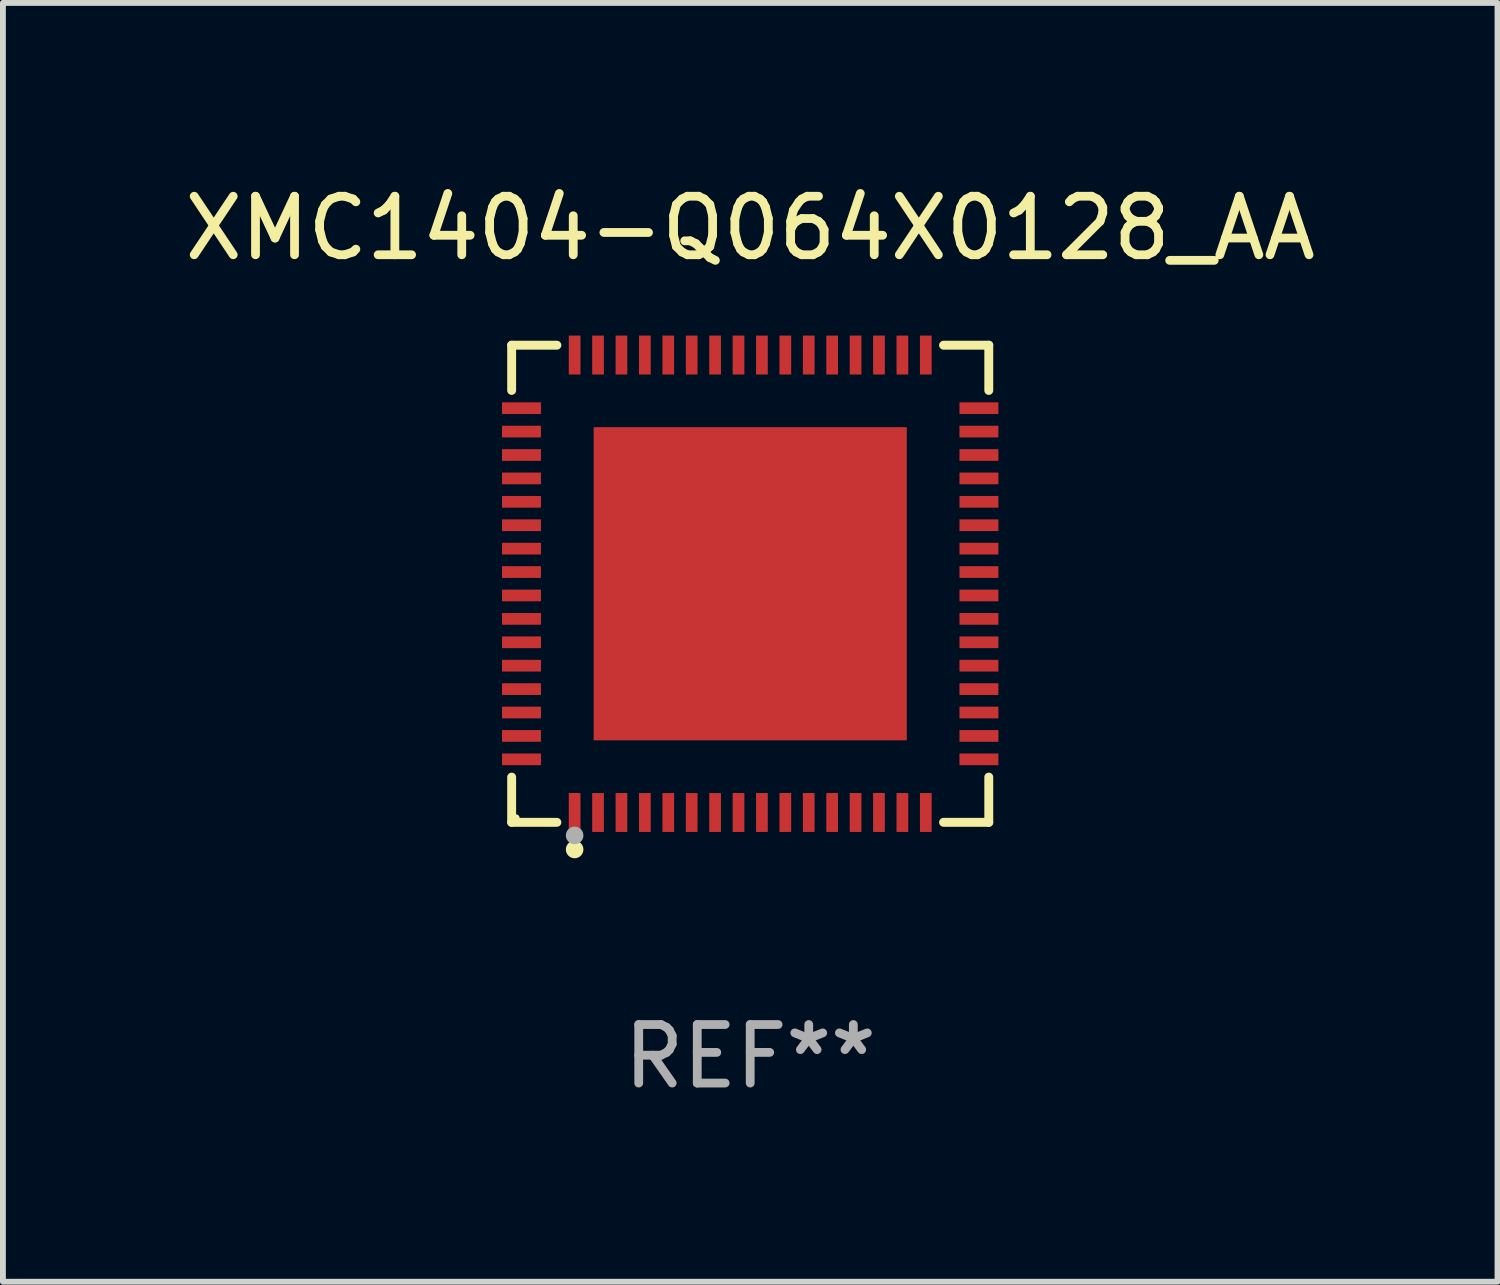
<source format=kicad_pcb>
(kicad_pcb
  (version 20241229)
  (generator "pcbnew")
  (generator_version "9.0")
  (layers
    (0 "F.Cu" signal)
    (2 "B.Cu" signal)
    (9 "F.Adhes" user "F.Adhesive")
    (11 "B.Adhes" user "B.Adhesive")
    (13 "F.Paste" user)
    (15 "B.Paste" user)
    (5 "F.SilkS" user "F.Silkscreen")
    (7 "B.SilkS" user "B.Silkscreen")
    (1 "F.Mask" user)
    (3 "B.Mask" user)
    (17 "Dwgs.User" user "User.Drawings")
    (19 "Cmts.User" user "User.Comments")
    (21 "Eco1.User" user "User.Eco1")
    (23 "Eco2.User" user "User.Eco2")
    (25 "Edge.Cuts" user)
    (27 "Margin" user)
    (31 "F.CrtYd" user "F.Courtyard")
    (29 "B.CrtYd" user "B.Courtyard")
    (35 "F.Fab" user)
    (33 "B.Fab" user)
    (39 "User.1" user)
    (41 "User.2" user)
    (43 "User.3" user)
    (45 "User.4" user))
  (footprint "XMC1404-Q064X0128_AA"
    (layer "F.Cu")
    (at 9.768 6.924)
    (property "Reference" "XMC1404-Q064X0128_AA" (at 0 -6.076 0) (layer "F.SilkS") (effects (font (size 1 1) (thickness 0.15))))
    (attr through_hole)
    (fp_line (start -4.076 -4.076) (end -3.303 -4.076) (stroke (width 0.152) (type solid)) (layer "F.SilkS"))
    (fp_line (start -4.076 -3.303) (end -4.076 -4.076) (stroke (width 0.152) (type solid)) (layer "F.SilkS"))
    (fp_line (start -4.076 3.303) (end -4.076 4.076) (stroke (width 0.152) (type solid)) (layer "F.SilkS"))
    (fp_line (start -4.076 4.076) (end -3.303 4.076) (stroke (width 0.152) (type solid)) (layer "F.SilkS"))
    (fp_line (start 4.076 -4.076) (end 3.303 -4.076) (stroke (width 0.152) (type solid)) (layer "F.SilkS"))
    (fp_line (start 4.076 -3.303) (end 4.076 -4.076) (stroke (width 0.152) (type solid)) (layer "F.SilkS"))
    (fp_line (start 4.076 3.303) (end 4.076 4.076) (stroke (width 0.152) (type solid)) (layer "F.SilkS"))
    (fp_line (start 4.076 4.076) (end 3.303 4.076) (stroke (width 0.152) (type solid)) (layer "F.SilkS"))
    (fp_circle (center -4 4) (end -3.97 4) (stroke (width 0.06) (type solid)) (fill no) (layer "F.SilkS"))
    (fp_circle (center -3 4.54) (end -2.925 4.54) (stroke (width 0.15) (type solid)) (fill no) (layer "F.SilkS"))
    (fp_circle (center -3 4.3) (end -2.925 4.3) (stroke (width 0.15) (type solid)) (fill no) (layer "F.Fab"))
    (fp_text user "REF**" (at 0 8.076 0) (layer "F.Fab") (effects (font (size 1 1) (thickness 0.15))))
    (pad "1" smd rect (at -3 3.908) (size 0.2 0.665) (layers "F.Cu" "F.Mask" "F.Paste"))
    (pad "2" smd rect (at -2.6 3.908) (size 0.2 0.665) (layers "F.Cu" "F.Mask" "F.Paste"))
    (pad "3" smd rect (at -2.2 3.908) (size 0.2 0.665) (layers "F.Cu" "F.Mask" "F.Paste"))
    (pad "4" smd rect (at -1.8 3.908) (size 0.2 0.665) (layers "F.Cu" "F.Mask" "F.Paste"))
    (pad "5" smd rect (at -1.4 3.908) (size 0.2 0.665) (layers "F.Cu" "F.Mask" "F.Paste"))
    (pad "6" smd rect (at -1 3.908) (size 0.2 0.665) (layers "F.Cu" "F.Mask" "F.Paste"))
    (pad "7" smd rect (at -0.6 3.908) (size 0.2 0.665) (layers "F.Cu" "F.Mask" "F.Paste"))
    (pad "8" smd rect (at -0.2 3.908) (size 0.2 0.665) (layers "F.Cu" "F.Mask" "F.Paste"))
    (pad "9" smd rect (at 0.2 3.908) (size 0.2 0.665) (layers "F.Cu" "F.Mask" "F.Paste"))
    (pad "10" smd rect (at 0.6 3.908) (size 0.2 0.665) (layers "F.Cu" "F.Mask" "F.Paste"))
    (pad "11" smd rect (at 1 3.908) (size 0.2 0.665) (layers "F.Cu" "F.Mask" "F.Paste"))
    (pad "12" smd rect (at 1.4 3.908) (size 0.2 0.665) (layers "F.Cu" "F.Mask" "F.Paste"))
    (pad "13" smd rect (at 1.8 3.908) (size 0.2 0.665) (layers "F.Cu" "F.Mask" "F.Paste"))
    (pad "14" smd rect (at 2.2 3.908) (size 0.2 0.665) (layers "F.Cu" "F.Mask" "F.Paste"))
    (pad "15" smd rect (at 2.6 3.908) (size 0.2 0.665) (layers "F.Cu" "F.Mask" "F.Paste"))
    (pad "16" smd rect (at 3 3.908) (size 0.2 0.665) (layers "F.Cu" "F.Mask" "F.Paste"))
    (pad "17" smd rect (at 3.908 3) (size 0.665 0.2) (layers "F.Cu" "F.Mask" "F.Paste"))
    (pad "18" smd rect (at 3.908 2.6) (size 0.665 0.2) (layers "F.Cu" "F.Mask" "F.Paste"))
    (pad "19" smd rect (at 3.908 2.2) (size 0.665 0.2) (layers "F.Cu" "F.Mask" "F.Paste"))
    (pad "20" smd rect (at 3.908 1.8) (size 0.665 0.2) (layers "F.Cu" "F.Mask" "F.Paste"))
    (pad "21" smd rect (at 3.908 1.4) (size 0.665 0.2) (layers "F.Cu" "F.Mask" "F.Paste"))
    (pad "22" smd rect (at 3.908 1) (size 0.665 0.2) (layers "F.Cu" "F.Mask" "F.Paste"))
    (pad "23" smd rect (at 3.908 0.6) (size 0.665 0.2) (layers "F.Cu" "F.Mask" "F.Paste"))
    (pad "24" smd rect (at 3.908 0.2) (size 0.665 0.2) (layers "F.Cu" "F.Mask" "F.Paste"))
    (pad "25" smd rect (at 3.908 -0.2) (size 0.665 0.2) (layers "F.Cu" "F.Mask" "F.Paste"))
    (pad "26" smd rect (at 3.908 -0.6) (size 0.665 0.2) (layers "F.Cu" "F.Mask" "F.Paste"))
    (pad "27" smd rect (at 3.908 -1) (size 0.665 0.2) (layers "F.Cu" "F.Mask" "F.Paste"))
    (pad "28" smd rect (at 3.908 -1.4) (size 0.665 0.2) (layers "F.Cu" "F.Mask" "F.Paste"))
    (pad "29" smd rect (at 3.908 -1.8) (size 0.665 0.2) (layers "F.Cu" "F.Mask" "F.Paste"))
    (pad "30" smd rect (at 3.908 -2.2) (size 0.665 0.2) (layers "F.Cu" "F.Mask" "F.Paste"))
    (pad "31" smd rect (at 3.908 -2.6) (size 0.665 0.2) (layers "F.Cu" "F.Mask" "F.Paste"))
    (pad "32" smd rect (at 3.908 -3) (size 0.665 0.2) (layers "F.Cu" "F.Mask" "F.Paste"))
    (pad "33" smd rect (at 3 -3.908) (size 0.2 0.665) (layers "F.Cu" "F.Mask" "F.Paste"))
    (pad "34" smd rect (at 2.6 -3.908) (size 0.2 0.665) (layers "F.Cu" "F.Mask" "F.Paste"))
    (pad "35" smd rect (at 2.2 -3.908) (size 0.2 0.665) (layers "F.Cu" "F.Mask" "F.Paste"))
    (pad "36" smd rect (at 1.8 -3.908) (size 0.2 0.665) (layers "F.Cu" "F.Mask" "F.Paste"))
    (pad "37" smd rect (at 1.4 -3.908) (size 0.2 0.665) (layers "F.Cu" "F.Mask" "F.Paste"))
    (pad "38" smd rect (at 1 -3.908) (size 0.2 0.665) (layers "F.Cu" "F.Mask" "F.Paste"))
    (pad "39" smd rect (at 0.6 -3.908) (size 0.2 0.665) (layers "F.Cu" "F.Mask" "F.Paste"))
    (pad "40" smd rect (at 0.2 -3.908) (size 0.2 0.665) (layers "F.Cu" "F.Mask" "F.Paste"))
    (pad "41" smd rect (at -0.2 -3.908) (size 0.2 0.665) (layers "F.Cu" "F.Mask" "F.Paste"))
    (pad "42" smd rect (at -0.6 -3.908) (size 0.2 0.665) (layers "F.Cu" "F.Mask" "F.Paste"))
    (pad "43" smd rect (at -1 -3.908) (size 0.2 0.665) (layers "F.Cu" "F.Mask" "F.Paste"))
    (pad "44" smd rect (at -1.4 -3.908) (size 0.2 0.665) (layers "F.Cu" "F.Mask" "F.Paste"))
    (pad "45" smd rect (at -1.8 -3.908) (size 0.2 0.665) (layers "F.Cu" "F.Mask" "F.Paste"))
    (pad "46" smd rect (at -2.2 -3.908) (size 0.2 0.665) (layers "F.Cu" "F.Mask" "F.Paste"))
    (pad "47" smd rect (at -2.6 -3.908) (size 0.2 0.665) (layers "F.Cu" "F.Mask" "F.Paste"))
    (pad "48" smd rect (at -3 -3.908) (size 0.2 0.665) (layers "F.Cu" "F.Mask" "F.Paste"))
    (pad "49" smd rect (at -3.908 -3) (size 0.665 0.2) (layers "F.Cu" "F.Mask" "F.Paste"))
    (pad "50" smd rect (at -3.908 -2.6) (size 0.665 0.2) (layers "F.Cu" "F.Mask" "F.Paste"))
    (pad "51" smd rect (at -3.908 -2.2) (size 0.665 0.2) (layers "F.Cu" "F.Mask" "F.Paste"))
    (pad "52" smd rect (at -3.908 -1.8) (size 0.665 0.2) (layers "F.Cu" "F.Mask" "F.Paste"))
    (pad "53" smd rect (at -3.908 -1.4) (size 0.665 0.2) (layers "F.Cu" "F.Mask" "F.Paste"))
    (pad "54" smd rect (at -3.908 -1) (size 0.665 0.2) (layers "F.Cu" "F.Mask" "F.Paste"))
    (pad "55" smd rect (at -3.908 -0.6) (size 0.665 0.2) (layers "F.Cu" "F.Mask" "F.Paste"))
    (pad "56" smd rect (at -3.908 -0.2) (size 0.665 0.2) (layers "F.Cu" "F.Mask" "F.Paste"))
    (pad "57" smd rect (at -3.908 0.2) (size 0.665 0.2) (layers "F.Cu" "F.Mask" "F.Paste"))
    (pad "58" smd rect (at -3.908 0.6) (size 0.665 0.2) (layers "F.Cu" "F.Mask" "F.Paste"))
    (pad "59" smd rect (at -3.908 1) (size 0.665 0.2) (layers "F.Cu" "F.Mask" "F.Paste"))
    (pad "60" smd rect (at -3.908 1.4) (size 0.665 0.2) (layers "F.Cu" "F.Mask" "F.Paste"))
    (pad "61" smd rect (at -3.908 1.8) (size 0.665 0.2) (layers "F.Cu" "F.Mask" "F.Paste"))
    (pad "62" smd rect (at -3.908 2.2) (size 0.665 0.2) (layers "F.Cu" "F.Mask" "F.Paste"))
    (pad "63" smd rect (at -3.908 2.6) (size 0.665 0.2) (layers "F.Cu" "F.Mask" "F.Paste"))
    (pad "64" smd rect (at -3.908 3) (size 0.665 0.2) (layers "F.Cu" "F.Mask" "F.Paste"))
    (pad "65" smd rect (at 0 0) (size 5.35 5.35) (layers "F.Cu" "F.Mask" "F.Paste")))
  (gr_rect
    (start -3 -3)
    (end 22.536 18.849)
    (stroke (width 0.1) (type default))
    (fill no)
    (layer "Edge.Cuts")))
</source>
